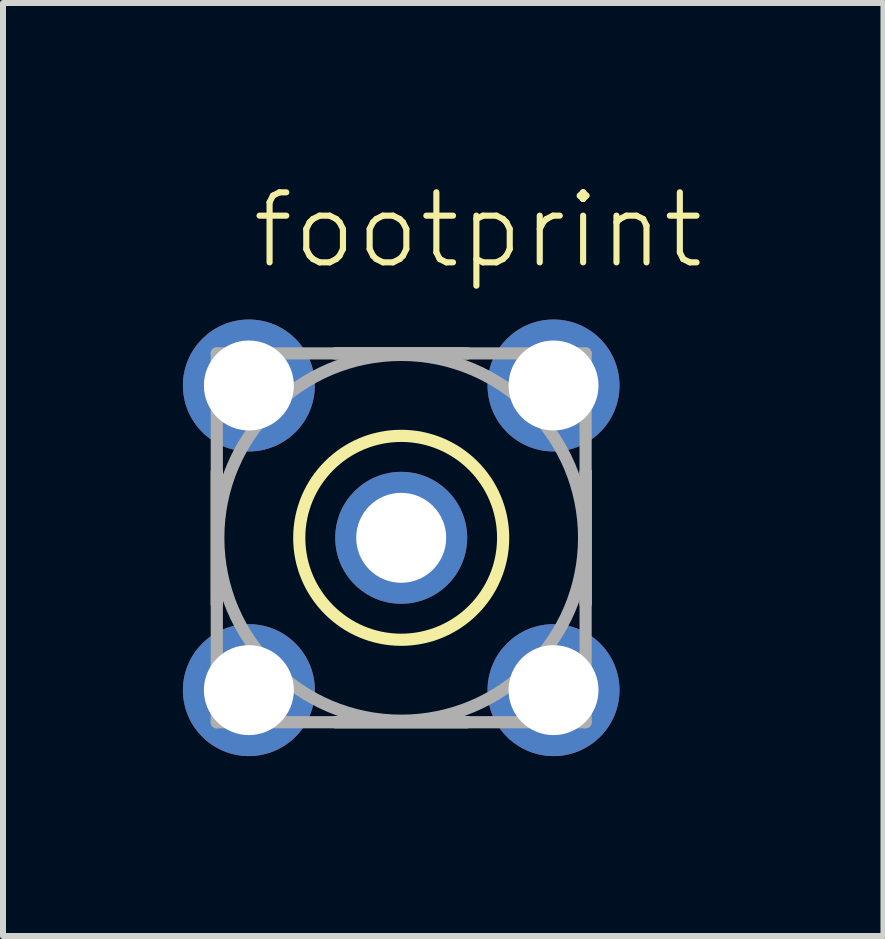
<source format=kicad_pcb>
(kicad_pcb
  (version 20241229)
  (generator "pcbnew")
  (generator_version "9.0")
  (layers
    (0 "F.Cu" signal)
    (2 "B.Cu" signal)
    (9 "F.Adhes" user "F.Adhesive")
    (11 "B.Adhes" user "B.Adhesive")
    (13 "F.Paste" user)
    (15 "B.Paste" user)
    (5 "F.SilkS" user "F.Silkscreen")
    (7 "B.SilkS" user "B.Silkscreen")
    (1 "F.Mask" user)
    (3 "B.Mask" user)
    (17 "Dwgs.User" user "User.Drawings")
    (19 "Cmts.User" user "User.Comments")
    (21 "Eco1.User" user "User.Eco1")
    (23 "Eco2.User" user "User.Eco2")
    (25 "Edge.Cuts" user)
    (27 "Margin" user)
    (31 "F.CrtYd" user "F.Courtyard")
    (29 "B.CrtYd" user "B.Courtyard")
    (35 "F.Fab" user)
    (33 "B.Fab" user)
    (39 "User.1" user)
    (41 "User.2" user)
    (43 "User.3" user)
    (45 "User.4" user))
  (footprint "footprint"
    (layer "F.Cu")
    (at 3.64 5.918)
    (property "Reference" "footprint" (at -2.54 -4.445 0) (layer "F.SilkS") (effects (font (size 1.168 1.168) (thickness 0.102)) (justify left bottom)))
    (fp_line (start -3.075 1.1) (end -3.075 -1.1) (stroke (width 0.203) (type solid)) (layer "F.SilkS"))
    (fp_line (start -1.1 -3.075) (end 1.1 -3.075) (stroke (width 0.203) (type solid)) (layer "F.SilkS"))
    (fp_line (start 1.1 3.075) (end -1.1 3.075) (stroke (width 0.203) (type solid)) (layer "F.SilkS"))
    (fp_line (start 3.075 -1.1) (end 3.075 1.1) (stroke (width 0.203) (type solid)) (layer "F.SilkS"))
    (fp_circle (center 0 0) (end 1.7 0) (stroke (width 0.203) (type solid)) (fill no) (layer "F.SilkS"))
    (fp_line (start -3.075 3.075) (end -3.075 -3.075) (stroke (width 0.203) (type solid)) (layer "F.Fab"))
    (fp_line (start -3.075 -3.075) (end 3.075 -3.075) (stroke (width 0.203) (type solid)) (layer "F.Fab"))
    (fp_line (start 3.075 3.075) (end -3.075 3.075) (stroke (width 0.203) (type solid)) (layer "F.Fab"))
    (fp_line (start 3.075 -3.075) (end 3.075 3.075) (stroke (width 0.203) (type solid)) (layer "F.Fab"))
    (fp_circle (center 0 0) (end 3.05 0) (stroke (width 0.203) (type solid)) (fill no) (layer "F.Fab"))
    (pad "1" thru_hole circle (at 0 0) (size 2.2 2.2) (drill 1.5) (layers "*.Cu" "*.Mask"))
    (pad "2" thru_hole circle (at -2.54 -2.54) (size 2.2 2.2) (drill 1.5) (layers "*.Cu" "*.Mask"))
    (pad "3" thru_hole circle (at 2.54 -2.54) (size 2.2 2.2) (drill 1.5) (layers "*.Cu" "*.Mask"))
    (pad "4" thru_hole circle (at 2.54 2.54) (size 2.2 2.2) (drill 1.5) (layers "*.Cu" "*.Mask"))
    (pad "5" thru_hole circle (at -2.54 2.54) (size 2.2 2.2) (drill 1.5) (layers "*.Cu" "*.Mask")))
  (gr_rect
    (start -3 -3)
    (end 11.682 12.558)
    (stroke (width 0.1) (type default))
    (fill no)
    (layer "Edge.Cuts")))
</source>
